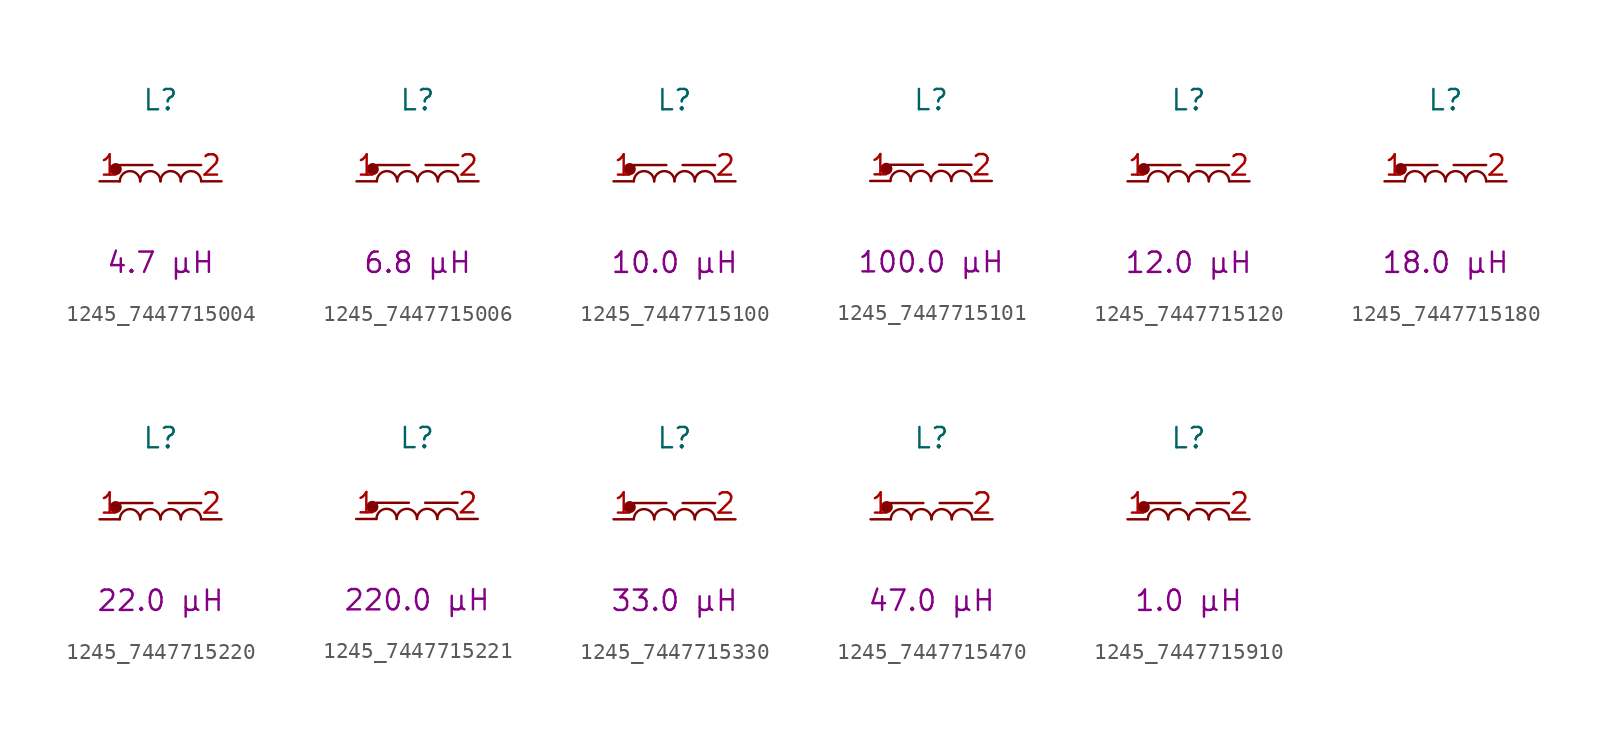
<source format=kicad_sym>
(kicad_symbol_lib
  (version 20220914)
  (generator kicad_symbol_editor)
  (symbol "1245_7447715004"
    (pin_names hide)
    (property "Reference" "L"
      (at 0 5.08 0)
      (effects (font (size 1.27 1.27))))
    (property "Critical Parameter" "4.7 µH"
      (at 0 -5.08 0)
      (effects (font (size 1.27 1.27))))
    (symbol "1245_7447715004_0_1"
      (arc (start -1.27 0) (mid -1.905 0.6323) (end -2.54 0) (stroke (width 0) (type default)) (fill (type none)))
      (arc (start 0 0) (mid -0.635 0.6323) (end -1.27 0) (stroke (width 0) (type default)) (fill (type none)))
      (polyline (pts (xy -2.54 1.016) (xy -0.508 1.016)) (stroke (width 0) (type default)) (fill (type none)))
      (arc (start 1.27 0) (mid 0.635 0.6323) (end 0 0) (stroke (width 0) (type default)) (fill (type none)))
      (arc (start 2.54 0) (mid 1.905 0.6323) (end 1.27 0) (stroke (width 0) (type default)) (fill (type none))))
    (symbol "1245_7447715004_1_1"
      (circle (center -2.794 0.762) (radius 0.0001) (stroke (width 0.381) (type default)) (fill (type none)))
      (polyline (pts (xy 2.54 1.016) (xy 0.508 1.016)) (stroke (width 0) (type default)) (fill (type none)))
      (pin passive line (at -3.81 0 0) (length 1.27) (name "1" (effects (font (size 1.27 1.27)))) (number "1" (effects (font (size 1.27 1.27)))))
      (pin passive line (at 3.81 0 180) (length 1.27) (name "2" (effects (font (size 1.27 1.27)))) (number "2" (effects (font (size 1.27 1.27)))))))
  (symbol "1245_7447715006"
    (pin_names hide)
    (property "Reference" "L"
      (at 0 5.08 0)
      (effects (font (size 1.27 1.27))))
    (property "Critical Parameter" "6.8 µH"
      (at 0 -5.08 0)
      (effects (font (size 1.27 1.27))))
    (symbol "1245_7447715006_0_1"
      (arc (start -1.27 0) (mid -1.905 0.6323) (end -2.54 0) (stroke (width 0) (type default)) (fill (type none)))
      (arc (start 0 0) (mid -0.635 0.6323) (end -1.27 0) (stroke (width 0) (type default)) (fill (type none)))
      (polyline (pts (xy -2.54 1.016) (xy -0.508 1.016)) (stroke (width 0) (type default)) (fill (type none)))
      (arc (start 1.27 0) (mid 0.635 0.6323) (end 0 0) (stroke (width 0) (type default)) (fill (type none)))
      (arc (start 2.54 0) (mid 1.905 0.6323) (end 1.27 0) (stroke (width 0) (type default)) (fill (type none))))
    (symbol "1245_7447715006_1_1"
      (circle (center -2.794 0.762) (radius 0.0001) (stroke (width 0.381) (type default)) (fill (type none)))
      (polyline (pts (xy 2.54 1.016) (xy 0.508 1.016)) (stroke (width 0) (type default)) (fill (type none)))
      (pin passive line (at -3.81 0 0) (length 1.27) (name "1" (effects (font (size 1.27 1.27)))) (number "1" (effects (font (size 1.27 1.27)))))
      (pin passive line (at 3.81 0 180) (length 1.27) (name "2" (effects (font (size 1.27 1.27)))) (number "2" (effects (font (size 1.27 1.27)))))))
  (symbol "1245_7447715100"
    (pin_names hide)
    (property "Reference" "L"
      (at 0 5.08 0)
      (effects (font (size 1.27 1.27))))
    (property "Critical Parameter" "10.0 µH"
      (at 0 -5.08 0)
      (effects (font (size 1.27 1.27))))
    (symbol "1245_7447715100_0_1"
      (arc (start -1.27 0) (mid -1.905 0.6323) (end -2.54 0) (stroke (width 0) (type default)) (fill (type none)))
      (arc (start 0 0) (mid -0.635 0.6323) (end -1.27 0) (stroke (width 0) (type default)) (fill (type none)))
      (polyline (pts (xy -2.54 1.016) (xy -0.508 1.016)) (stroke (width 0) (type default)) (fill (type none)))
      (arc (start 1.27 0) (mid 0.635 0.6323) (end 0 0) (stroke (width 0) (type default)) (fill (type none)))
      (arc (start 2.54 0) (mid 1.905 0.6323) (end 1.27 0) (stroke (width 0) (type default)) (fill (type none))))
    (symbol "1245_7447715100_1_1"
      (circle (center -2.794 0.762) (radius 0.0001) (stroke (width 0.381) (type default)) (fill (type none)))
      (polyline (pts (xy 2.54 1.016) (xy 0.508 1.016)) (stroke (width 0) (type default)) (fill (type none)))
      (pin passive line (at -3.81 0 0) (length 1.27) (name "1" (effects (font (size 1.27 1.27)))) (number "1" (effects (font (size 1.27 1.27)))))
      (pin passive line (at 3.81 0 180) (length 1.27) (name "2" (effects (font (size 1.27 1.27)))) (number "2" (effects (font (size 1.27 1.27)))))))
  (symbol "1245_7447715101"
    (pin_names hide)
    (property "Reference" "L"
      (at 0 5.08 0)
      (effects (font (size 1.27 1.27))))
    (property "Critical Parameter" "100.0 µH"
      (at 0 -5.08 0)
      (effects (font (size 1.27 1.27))))
    (symbol "1245_7447715101_0_1"
      (arc (start -1.27 0) (mid -1.905 0.6323) (end -2.54 0) (stroke (width 0) (type default)) (fill (type none)))
      (arc (start 0 0) (mid -0.635 0.6323) (end -1.27 0) (stroke (width 0) (type default)) (fill (type none)))
      (polyline (pts (xy -2.54 1.016) (xy -0.508 1.016)) (stroke (width 0) (type default)) (fill (type none)))
      (arc (start 1.27 0) (mid 0.635 0.6323) (end 0 0) (stroke (width 0) (type default)) (fill (type none)))
      (arc (start 2.54 0) (mid 1.905 0.6323) (end 1.27 0) (stroke (width 0) (type default)) (fill (type none))))
    (symbol "1245_7447715101_1_1"
      (circle (center -2.794 0.762) (radius 0.0001) (stroke (width 0.381) (type default)) (fill (type none)))
      (polyline (pts (xy 2.54 1.016) (xy 0.508 1.016)) (stroke (width 0) (type default)) (fill (type none)))
      (pin passive line (at -3.81 0 0) (length 1.27) (name "1" (effects (font (size 1.27 1.27)))) (number "1" (effects (font (size 1.27 1.27)))))
      (pin passive line (at 3.81 0 180) (length 1.27) (name "2" (effects (font (size 1.27 1.27)))) (number "2" (effects (font (size 1.27 1.27)))))))
  (symbol "1245_7447715120"
    (pin_names hide)
    (property "Reference" "L"
      (at 0 5.08 0)
      (effects (font (size 1.27 1.27))))
    (property "Critical Parameter" "12.0 µH"
      (at 0 -5.08 0)
      (effects (font (size 1.27 1.27))))
    (symbol "1245_7447715120_0_1"
      (arc (start -1.27 0) (mid -1.905 0.6323) (end -2.54 0) (stroke (width 0) (type default)) (fill (type none)))
      (arc (start 0 0) (mid -0.635 0.6323) (end -1.27 0) (stroke (width 0) (type default)) (fill (type none)))
      (polyline (pts (xy -2.54 1.016) (xy -0.508 1.016)) (stroke (width 0) (type default)) (fill (type none)))
      (arc (start 1.27 0) (mid 0.635 0.6323) (end 0 0) (stroke (width 0) (type default)) (fill (type none)))
      (arc (start 2.54 0) (mid 1.905 0.6323) (end 1.27 0) (stroke (width 0) (type default)) (fill (type none))))
    (symbol "1245_7447715120_1_1"
      (circle (center -2.794 0.762) (radius 0.0001) (stroke (width 0.381) (type default)) (fill (type none)))
      (polyline (pts (xy 2.54 1.016) (xy 0.508 1.016)) (stroke (width 0) (type default)) (fill (type none)))
      (pin passive line (at -3.81 0 0) (length 1.27) (name "1" (effects (font (size 1.27 1.27)))) (number "1" (effects (font (size 1.27 1.27)))))
      (pin passive line (at 3.81 0 180) (length 1.27) (name "2" (effects (font (size 1.27 1.27)))) (number "2" (effects (font (size 1.27 1.27)))))))
  (symbol "1245_7447715180"
    (pin_names hide)
    (property "Reference" "L"
      (at 0 5.08 0)
      (effects (font (size 1.27 1.27))))
    (property "Critical Parameter" "18.0 µH"
      (at 0 -5.08 0)
      (effects (font (size 1.27 1.27))))
    (symbol "1245_7447715180_0_1"
      (arc (start -1.27 0) (mid -1.905 0.6323) (end -2.54 0) (stroke (width 0) (type default)) (fill (type none)))
      (arc (start 0 0) (mid -0.635 0.6323) (end -1.27 0) (stroke (width 0) (type default)) (fill (type none)))
      (polyline (pts (xy -2.54 1.016) (xy -0.508 1.016)) (stroke (width 0) (type default)) (fill (type none)))
      (arc (start 1.27 0) (mid 0.635 0.6323) (end 0 0) (stroke (width 0) (type default)) (fill (type none)))
      (arc (start 2.54 0) (mid 1.905 0.6323) (end 1.27 0) (stroke (width 0) (type default)) (fill (type none))))
    (symbol "1245_7447715180_1_1"
      (circle (center -2.794 0.762) (radius 0.0001) (stroke (width 0.381) (type default)) (fill (type none)))
      (polyline (pts (xy 2.54 1.016) (xy 0.508 1.016)) (stroke (width 0) (type default)) (fill (type none)))
      (pin passive line (at -3.81 0 0) (length 1.27) (name "1" (effects (font (size 1.27 1.27)))) (number "1" (effects (font (size 1.27 1.27)))))
      (pin passive line (at 3.81 0 180) (length 1.27) (name "2" (effects (font (size 1.27 1.27)))) (number "2" (effects (font (size 1.27 1.27)))))))
  (symbol "1245_7447715220"
    (pin_names hide)
    (property "Reference" "L"
      (at 0 5.08 0)
      (effects (font (size 1.27 1.27))))
    (property "Critical Parameter" "22.0 µH"
      (at 0 -5.08 0)
      (effects (font (size 1.27 1.27))))
    (symbol "1245_7447715220_0_1"
      (arc (start -1.27 0) (mid -1.905 0.6323) (end -2.54 0) (stroke (width 0) (type default)) (fill (type none)))
      (arc (start 0 0) (mid -0.635 0.6323) (end -1.27 0) (stroke (width 0) (type default)) (fill (type none)))
      (polyline (pts (xy -2.54 1.016) (xy -0.508 1.016)) (stroke (width 0) (type default)) (fill (type none)))
      (arc (start 1.27 0) (mid 0.635 0.6323) (end 0 0) (stroke (width 0) (type default)) (fill (type none)))
      (arc (start 2.54 0) (mid 1.905 0.6323) (end 1.27 0) (stroke (width 0) (type default)) (fill (type none))))
    (symbol "1245_7447715220_1_1"
      (circle (center -2.794 0.762) (radius 0.0001) (stroke (width 0.381) (type default)) (fill (type none)))
      (polyline (pts (xy 2.54 1.016) (xy 0.508 1.016)) (stroke (width 0) (type default)) (fill (type none)))
      (pin passive line (at -3.81 0 0) (length 1.27) (name "1" (effects (font (size 1.27 1.27)))) (number "1" (effects (font (size 1.27 1.27)))))
      (pin passive line (at 3.81 0 180) (length 1.27) (name "2" (effects (font (size 1.27 1.27)))) (number "2" (effects (font (size 1.27 1.27)))))))
  (symbol "1245_7447715221"
    (pin_names hide)
    (property "Reference" "L"
      (at 0 5.08 0)
      (effects (font (size 1.27 1.27))))
    (property "Critical Parameter" "220.0 µH"
      (at 0 -5.08 0)
      (effects (font (size 1.27 1.27))))
    (symbol "1245_7447715221_0_1"
      (arc (start -1.27 0) (mid -1.905 0.6323) (end -2.54 0) (stroke (width 0) (type default)) (fill (type none)))
      (arc (start 0 0) (mid -0.635 0.6323) (end -1.27 0) (stroke (width 0) (type default)) (fill (type none)))
      (polyline (pts (xy -2.54 1.016) (xy -0.508 1.016)) (stroke (width 0) (type default)) (fill (type none)))
      (arc (start 1.27 0) (mid 0.635 0.6323) (end 0 0) (stroke (width 0) (type default)) (fill (type none)))
      (arc (start 2.54 0) (mid 1.905 0.6323) (end 1.27 0) (stroke (width 0) (type default)) (fill (type none))))
    (symbol "1245_7447715221_1_1"
      (circle (center -2.794 0.762) (radius 0.0001) (stroke (width 0.381) (type default)) (fill (type none)))
      (polyline (pts (xy 2.54 1.016) (xy 0.508 1.016)) (stroke (width 0) (type default)) (fill (type none)))
      (pin passive line (at -3.81 0 0) (length 1.27) (name "1" (effects (font (size 1.27 1.27)))) (number "1" (effects (font (size 1.27 1.27)))))
      (pin passive line (at 3.81 0 180) (length 1.27) (name "2" (effects (font (size 1.27 1.27)))) (number "2" (effects (font (size 1.27 1.27)))))))
  (symbol "1245_7447715330"
    (pin_names hide)
    (property "Reference" "L"
      (at 0 5.08 0)
      (effects (font (size 1.27 1.27))))
    (property "Critical Parameter" "33.0 µH"
      (at 0 -5.08 0)
      (effects (font (size 1.27 1.27))))
    (symbol "1245_7447715330_0_1"
      (arc (start -1.27 0) (mid -1.905 0.6323) (end -2.54 0) (stroke (width 0) (type default)) (fill (type none)))
      (arc (start 0 0) (mid -0.635 0.6323) (end -1.27 0) (stroke (width 0) (type default)) (fill (type none)))
      (polyline (pts (xy -2.54 1.016) (xy -0.508 1.016)) (stroke (width 0) (type default)) (fill (type none)))
      (arc (start 1.27 0) (mid 0.635 0.6323) (end 0 0) (stroke (width 0) (type default)) (fill (type none)))
      (arc (start 2.54 0) (mid 1.905 0.6323) (end 1.27 0) (stroke (width 0) (type default)) (fill (type none))))
    (symbol "1245_7447715330_1_1"
      (circle (center -2.794 0.762) (radius 0.0001) (stroke (width 0.381) (type default)) (fill (type none)))
      (polyline (pts (xy 2.54 1.016) (xy 0.508 1.016)) (stroke (width 0) (type default)) (fill (type none)))
      (pin passive line (at -3.81 0 0) (length 1.27) (name "1" (effects (font (size 1.27 1.27)))) (number "1" (effects (font (size 1.27 1.27)))))
      (pin passive line (at 3.81 0 180) (length 1.27) (name "2" (effects (font (size 1.27 1.27)))) (number "2" (effects (font (size 1.27 1.27)))))))
  (symbol "1245_7447715470"
    (pin_names hide)
    (property "Reference" "L"
      (at 0 5.08 0)
      (effects (font (size 1.27 1.27))))
    (property "Critical Parameter" "47.0 µH"
      (at 0 -5.08 0)
      (effects (font (size 1.27 1.27))))
    (symbol "1245_7447715470_0_1"
      (arc (start -1.27 0) (mid -1.905 0.6323) (end -2.54 0) (stroke (width 0) (type default)) (fill (type none)))
      (arc (start 0 0) (mid -0.635 0.6323) (end -1.27 0) (stroke (width 0) (type default)) (fill (type none)))
      (polyline (pts (xy -2.54 1.016) (xy -0.508 1.016)) (stroke (width 0) (type default)) (fill (type none)))
      (arc (start 1.27 0) (mid 0.635 0.6323) (end 0 0) (stroke (width 0) (type default)) (fill (type none)))
      (arc (start 2.54 0) (mid 1.905 0.6323) (end 1.27 0) (stroke (width 0) (type default)) (fill (type none))))
    (symbol "1245_7447715470_1_1"
      (circle (center -2.794 0.762) (radius 0.0001) (stroke (width 0.381) (type default)) (fill (type none)))
      (polyline (pts (xy 2.54 1.016) (xy 0.508 1.016)) (stroke (width 0) (type default)) (fill (type none)))
      (pin passive line (at -3.81 0 0) (length 1.27) (name "1" (effects (font (size 1.27 1.27)))) (number "1" (effects (font (size 1.27 1.27)))))
      (pin passive line (at 3.81 0 180) (length 1.27) (name "2" (effects (font (size 1.27 1.27)))) (number "2" (effects (font (size 1.27 1.27)))))))
  (symbol "1245_7447715910"
    (pin_names hide)
    (property "Reference" "L"
      (at 0 5.08 0)
      (effects (font (size 1.27 1.27))))
    (property "Critical Parameter" "1.0 µH"
      (at 0 -5.08 0)
      (effects (font (size 1.27 1.27))))
    (symbol "1245_7447715910_0_1"
      (arc (start -1.27 0) (mid -1.905 0.6323) (end -2.54 0) (stroke (width 0) (type default)) (fill (type none)))
      (arc (start 0 0) (mid -0.635 0.6323) (end -1.27 0) (stroke (width 0) (type default)) (fill (type none)))
      (polyline (pts (xy -2.54 1.016) (xy -0.508 1.016)) (stroke (width 0) (type default)) (fill (type none)))
      (arc (start 1.27 0) (mid 0.635 0.6323) (end 0 0) (stroke (width 0) (type default)) (fill (type none)))
      (arc (start 2.54 0) (mid 1.905 0.6323) (end 1.27 0) (stroke (width 0) (type default)) (fill (type none))))
    (symbol "1245_7447715910_1_1"
      (circle (center -2.794 0.762) (radius 0.0001) (stroke (width 0.381) (type default)) (fill (type none)))
      (polyline (pts (xy 2.54 1.016) (xy 0.508 1.016)) (stroke (width 0) (type default)) (fill (type none)))
      (pin passive line (at -3.81 0 0) (length 1.27) (name "1" (effects (font (size 1.27 1.27)))) (number "1" (effects (font (size 1.27 1.27)))))
      (pin passive line (at 3.81 0 180) (length 1.27) (name "2" (effects (font (size 1.27 1.27)))) (number "2" (effects (font (size 1.27 1.27))))))))
</source>
